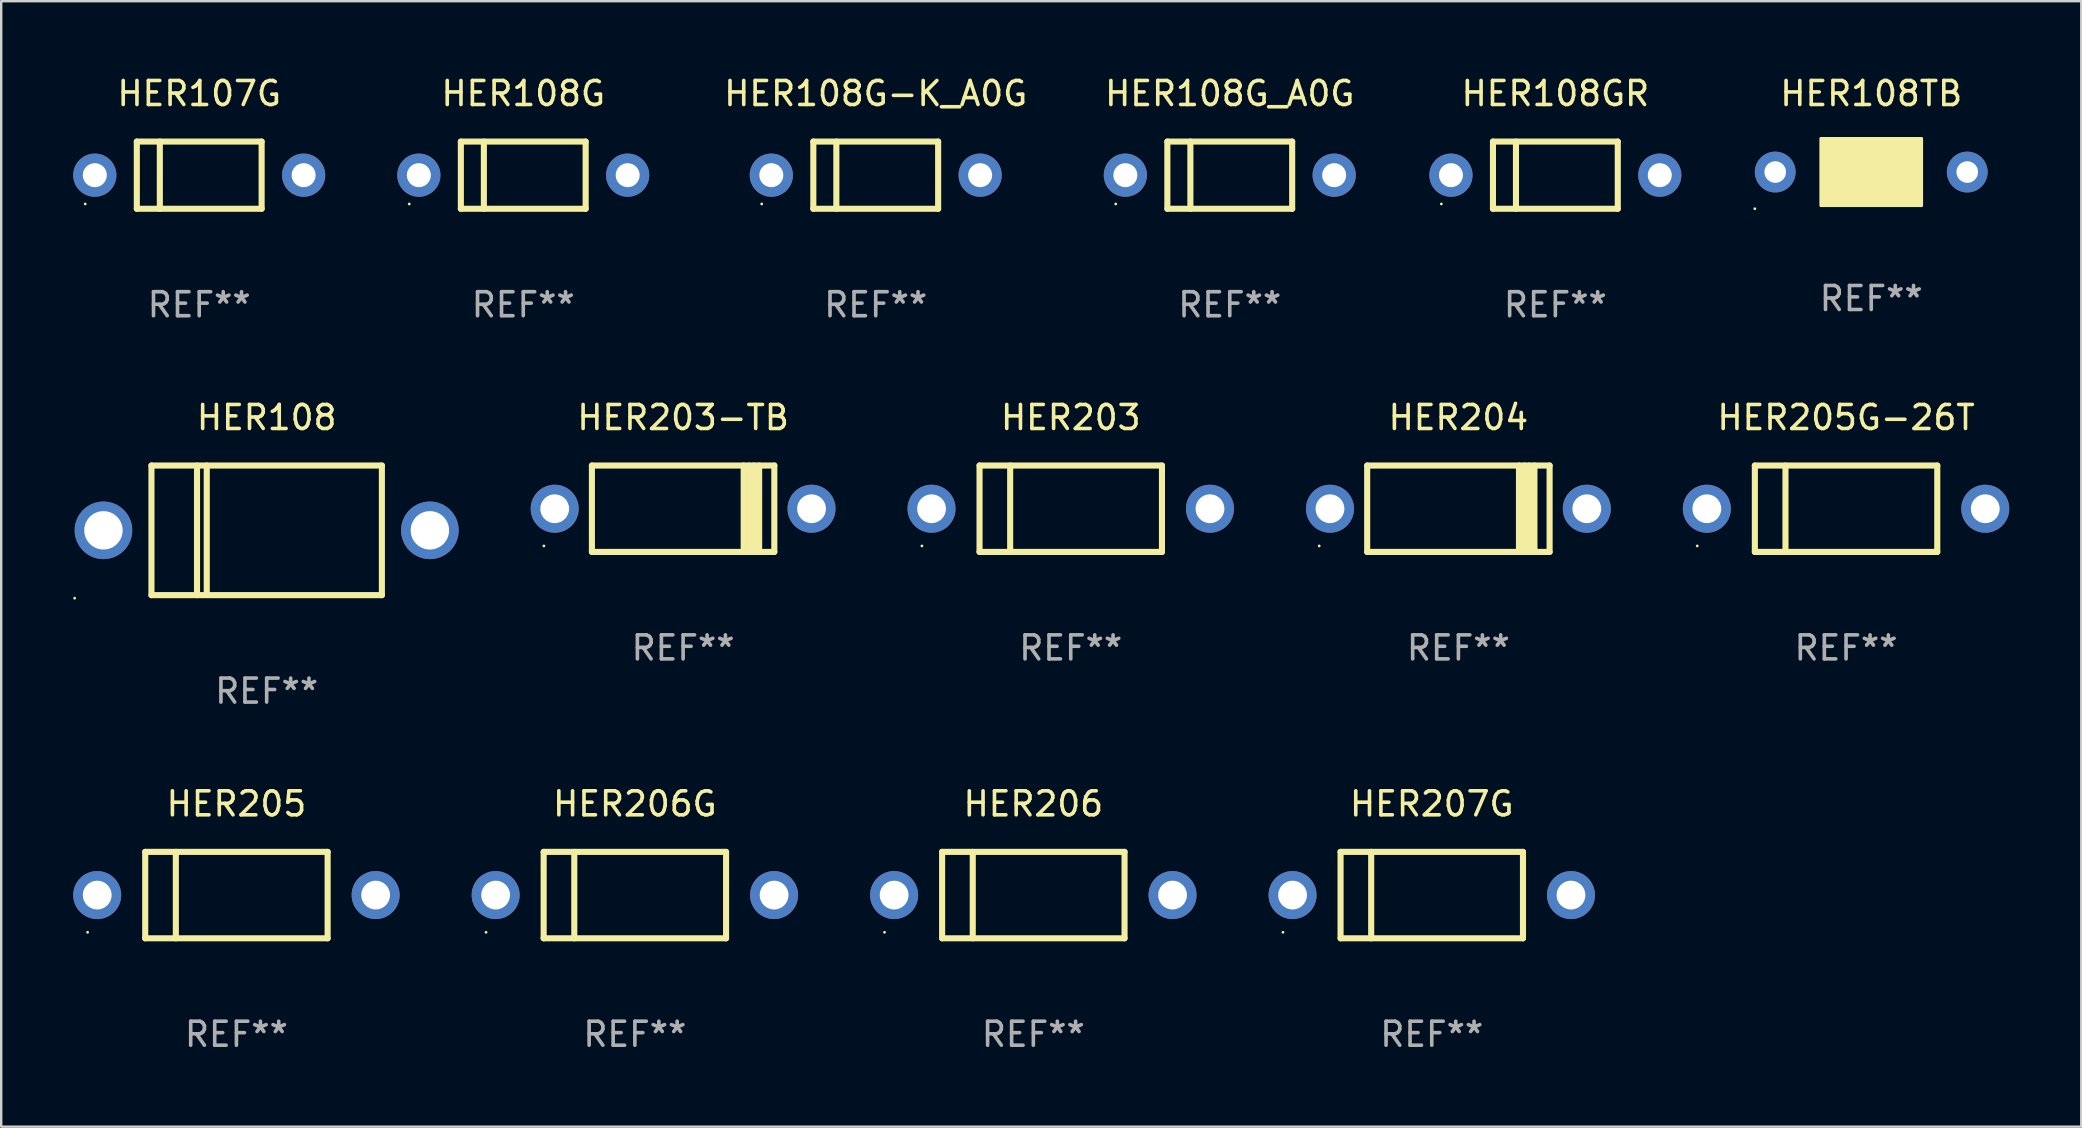
<source format=kicad_pcb>
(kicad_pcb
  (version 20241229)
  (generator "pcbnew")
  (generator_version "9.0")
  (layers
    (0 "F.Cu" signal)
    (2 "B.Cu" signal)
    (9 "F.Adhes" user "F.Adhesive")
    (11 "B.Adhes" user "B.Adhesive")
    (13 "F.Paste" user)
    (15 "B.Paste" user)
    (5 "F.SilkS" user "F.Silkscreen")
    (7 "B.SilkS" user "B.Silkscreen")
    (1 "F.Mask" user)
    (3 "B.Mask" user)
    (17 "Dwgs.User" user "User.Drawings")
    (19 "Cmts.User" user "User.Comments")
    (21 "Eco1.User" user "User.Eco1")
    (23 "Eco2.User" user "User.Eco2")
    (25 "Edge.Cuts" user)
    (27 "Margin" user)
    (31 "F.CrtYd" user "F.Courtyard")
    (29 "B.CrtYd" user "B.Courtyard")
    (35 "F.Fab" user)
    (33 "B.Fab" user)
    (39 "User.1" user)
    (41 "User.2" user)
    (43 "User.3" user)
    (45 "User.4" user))
  (footprint "HER204"
    (layer "F.Cu")
    (at 57.71 18.145)
    (property "Reference" "HER204" (at 0 -3.8 0) (layer "F.SilkS") (effects (font (size 1 1) (thickness 0.15))))
    (attr through_hole)
    (fp_line (start -3.8 1.8) (end -3.8 -1.8) (stroke (width 0.254) (type solid)) (layer "F.SilkS"))
    (fp_line (start 2.524 1.8) (end 2.524 -1.8) (stroke (width 0.254) (type solid)) (layer "F.SilkS"))
    (fp_line (start 2.75 1.8) (end 2.75 -1.8) (stroke (width 0.254) (type solid)) (layer "F.SilkS"))
    (fp_line (start 2.95 -1.8) (end 2.95 1.8) (stroke (width 0.254) (type solid)) (layer "F.SilkS"))
    (fp_line (start 3.168 -1.8) (end 3.168 1.8) (stroke (width 0.254) (type solid)) (layer "F.SilkS"))
    (fp_line (start 3.8 1.8) (end -3.8 1.8) (stroke (width 0.254) (type solid)) (layer "F.SilkS"))
    (fp_line (start 3.8 1.8) (end 3.8 -1.8) (stroke (width 0.254) (type solid)) (layer "F.SilkS"))
    (fp_line (start 3.8 -1.8) (end -3.8 -1.8) (stroke (width 0.254) (type solid)) (layer "F.SilkS"))
    (fp_circle (center -5.8 1.55) (end -5.77 1.55) (stroke (width 0.06) (type solid)) (fill no) (layer "F.SilkS"))
    (fp_text user "REF**" (at 0 5.8 0) (layer "F.Fab") (effects (font (size 1 1) (thickness 0.15))))
    (pad "1" thru_hole circle (at -5.35 0) (size 2 2) (drill 1.2) (layers "*.Cu" "*.Mask"))
    (pad "2" thru_hole circle (at 5.35 0) (size 2 2) (drill 1.2) (layers "*.Cu" "*.Mask")))
  (footprint "HER108G"
    (layer "F.Cu")
    (at 18.75 4.248)
    (property "Reference" "HER108G" (at 0 -3.4 0) (layer "F.SilkS") (effects (font (size 1 1) (thickness 0.15))))
    (attr through_hole)
    (fp_line (start -2.6 -1.4) (end -2.6 1.4) (stroke (width 0.254) (type solid)) (layer "F.SilkS"))
    (fp_line (start -2.6 -1.4) (end 2.6 -1.4) (stroke (width 0.254) (type solid)) (layer "F.SilkS"))
    (fp_line (start -2.6 1.4) (end 2.6 1.4) (stroke (width 0.254) (type solid)) (layer "F.SilkS"))
    (fp_line (start -1.641 -1.4) (end -1.641 1.4) (stroke (width 0.254) (type solid)) (layer "F.SilkS"))
    (fp_line (start 2.6 -1.4) (end 2.6 1.4) (stroke (width 0.254) (type solid)) (layer "F.SilkS"))
    (fp_circle (center -4.75 1.2) (end -4.72 1.2) (stroke (width 0.06) (type solid)) (fill no) (layer "F.SilkS"))
    (fp_text user "REF**" (at 0 5.4 0) (layer "F.Fab") (effects (font (size 1 1) (thickness 0.15))))
    (pad "1" thru_hole circle (at -4.35 0) (size 1.8 1.8) (drill 1) (layers "*.Cu" "*.Mask"))
    (pad "2" thru_hole circle (at 4.35 0) (size 1.8 1.8) (drill 1) (layers "*.Cu" "*.Mask")))
  (footprint "HER205G-26T"
    (layer "F.Cu")
    (at 73.861 18.145)
    (property "Reference" "HER205G-26T" (at 0 -3.8 0) (layer "F.SilkS") (effects (font (size 1 1) (thickness 0.15))))
    (attr through_hole)
    (fp_line (start -3.8 -1.8) (end -3.8 1.8) (stroke (width 0.254) (type solid)) (layer "F.SilkS"))
    (fp_line (start -3.8 -1.8) (end 3.8 -1.8) (stroke (width 0.254) (type solid)) (layer "F.SilkS"))
    (fp_line (start -3.8 1.8) (end 3.8 1.8) (stroke (width 0.254) (type solid)) (layer "F.SilkS"))
    (fp_line (start -2.524 -1.8) (end -2.524 1.8) (stroke (width 0.254) (type solid)) (layer "F.SilkS"))
    (fp_line (start 3.8 -1.8) (end 3.8 1.8) (stroke (width 0.254) (type solid)) (layer "F.SilkS"))
    (fp_circle (center -6.2 1.55) (end -6.17 1.55) (stroke (width 0.06) (type solid)) (fill no) (layer "F.SilkS"))
    (fp_text user "REF**" (at 0 5.8 0) (layer "F.Fab") (effects (font (size 1 1) (thickness 0.15))))
    (pad "1" thru_hole circle (at -5.8 0) (size 2 2) (drill 1.2) (layers "*.Cu" "*.Mask"))
    (pad "2" thru_hole circle (at 5.8 0) (size 2 2) (drill 1.2) (layers "*.Cu" "*.Mask")))
  (footprint "HER206G"
    (layer "F.Cu")
    (at 23.4 34.241)
    (property "Reference" "HER206G" (at 0 -3.8 0) (layer "F.SilkS") (effects (font (size 1 1) (thickness 0.15))))
    (attr through_hole)
    (fp_line (start -3.8 -1.8) (end -3.8 1.8) (stroke (width 0.254) (type solid)) (layer "F.SilkS"))
    (fp_line (start -3.8 -1.8) (end 3.8 -1.8) (stroke (width 0.254) (type solid)) (layer "F.SilkS"))
    (fp_line (start -3.8 1.8) (end 3.8 1.8) (stroke (width 0.254) (type solid)) (layer "F.SilkS"))
    (fp_line (start -2.524 -1.8) (end -2.524 1.8) (stroke (width 0.254) (type solid)) (layer "F.SilkS"))
    (fp_line (start 3.8 -1.8) (end 3.8 1.8) (stroke (width 0.254) (type solid)) (layer "F.SilkS"))
    (fp_circle (center -6.2 1.55) (end -6.17 1.55) (stroke (width 0.06) (type solid)) (fill no) (layer "F.SilkS"))
    (fp_text user "REF**" (at 0 5.8 0) (layer "F.Fab") (effects (font (size 1 1) (thickness 0.15))))
    (pad "1" thru_hole circle (at -5.8 0) (size 2 2) (drill 1.2) (layers "*.Cu" "*.Mask"))
    (pad "2" thru_hole circle (at 5.8 0) (size 2 2) (drill 1.2) (layers "*.Cu" "*.Mask")))
  (footprint "HER108"
    (layer "F.Cu")
    (at 8.06 19.045)
    (property "Reference" "HER108" (at 0 -4.7 0) (layer "F.SilkS") (effects (font (size 1 1) (thickness 0.15))))
    (attr through_hole)
    (fp_line (start -4.8 -2.7) (end -4.8 2.7) (stroke (width 0.254) (type solid)) (layer "F.SilkS"))
    (fp_line (start -4.8 -2.7) (end 4.8 -2.7) (stroke (width 0.254) (type solid)) (layer "F.SilkS"))
    (fp_line (start -2.902 -2.7) (end -2.902 2.7) (stroke (width 0.254) (type solid)) (layer "F.SilkS"))
    (fp_line (start -2.496 -2.7) (end -2.496 2.54) (stroke (width 0.254) (type solid)) (layer "F.SilkS"))
    (fp_line (start 4.8 -2.7) (end 4.8 2.7) (stroke (width 0.254) (type solid)) (layer "F.SilkS"))
    (fp_line (start 4.8 2.7) (end -4.8 2.7) (stroke (width 0.254) (type solid)) (layer "F.SilkS"))
    (fp_circle (center -8 2.827) (end -7.97 2.827) (stroke (width 0.06) (type solid)) (fill no) (layer "F.SilkS"))
    (fp_text user "REF**" (at 0 6.7 0) (layer "F.Fab") (effects (font (size 1 1) (thickness 0.15))))
    (pad "1" thru_hole circle (at -6.8 0) (size 2.4 2.4) (drill 1.6) (layers "*.Cu" "*.Mask"))
    (pad "2" thru_hole circle (at 6.8 0) (size 2.4 2.4) (drill 1.6) (layers "*.Cu" "*.Mask")))
  (footprint "HER108G-K_A0G"
    (layer "F.Cu")
    (at 33.435 4.248)
    (property "Reference" "HER108G-K_A0G" (at 0 -3.4 0) (layer "F.SilkS") (effects (font (size 1 1) (thickness 0.15))))
    (attr through_hole)
    (fp_line (start -2.6 -1.4) (end -2.6 1.4) (stroke (width 0.254) (type solid)) (layer "F.SilkS"))
    (fp_line (start -2.6 -1.4) (end 2.6 -1.4) (stroke (width 0.254) (type solid)) (layer "F.SilkS"))
    (fp_line (start -2.6 1.4) (end 2.6 1.4) (stroke (width 0.254) (type solid)) (layer "F.SilkS"))
    (fp_line (start -1.641 -1.4) (end -1.641 1.4) (stroke (width 0.254) (type solid)) (layer "F.SilkS"))
    (fp_line (start 2.6 -1.4) (end 2.6 1.4) (stroke (width 0.254) (type solid)) (layer "F.SilkS"))
    (fp_circle (center -4.75 1.2) (end -4.72 1.2) (stroke (width 0.06) (type solid)) (fill no) (layer "F.SilkS"))
    (fp_text user "REF**" (at 0 5.4 0) (layer "F.Fab") (effects (font (size 1 1) (thickness 0.15))))
    (pad "1" thru_hole circle (at -4.35 0) (size 1.8 1.8) (drill 1) (layers "*.Cu" "*.Mask"))
    (pad "2" thru_hole circle (at 4.35 0) (size 1.8 1.8) (drill 1) (layers "*.Cu" "*.Mask")))
  (footprint "HER107G"
    (layer "F.Cu")
    (at 5.25 4.248)
    (property "Reference" "HER107G" (at 0 -3.4 0) (layer "F.SilkS") (effects (font (size 1 1) (thickness 0.15))))
    (attr through_hole)
    (fp_line (start -2.6 -1.4) (end -2.6 1.4) (stroke (width 0.254) (type solid)) (layer "F.SilkS"))
    (fp_line (start -2.6 -1.4) (end 2.6 -1.4) (stroke (width 0.254) (type solid)) (layer "F.SilkS"))
    (fp_line (start -2.6 1.4) (end 2.6 1.4) (stroke (width 0.254) (type solid)) (layer "F.SilkS"))
    (fp_line (start -1.641 -1.4) (end -1.641 1.4) (stroke (width 0.254) (type solid)) (layer "F.SilkS"))
    (fp_line (start 2.6 -1.4) (end 2.6 1.4) (stroke (width 0.254) (type solid)) (layer "F.SilkS"))
    (fp_circle (center -4.75 1.2) (end -4.72 1.2) (stroke (width 0.06) (type solid)) (fill no) (layer "F.SilkS"))
    (fp_text user "REF**" (at 0 5.4 0) (layer "F.Fab") (effects (font (size 1 1) (thickness 0.15))))
    (pad "1" thru_hole circle (at -4.35 0) (size 1.8 1.8) (drill 1) (layers "*.Cu" "*.Mask"))
    (pad "2" thru_hole circle (at 4.35 0) (size 1.8 1.8) (drill 1) (layers "*.Cu" "*.Mask")))
  (footprint "HER205"
    (layer "F.Cu")
    (at 6.8 34.241)
    (property "Reference" "HER205" (at 0 -3.8 0) (layer "F.SilkS") (effects (font (size 1 1) (thickness 0.15))))
    (attr through_hole)
    (fp_line (start -3.8 -1.8) (end -3.8 1.8) (stroke (width 0.254) (type solid)) (layer "F.SilkS"))
    (fp_line (start -3.8 -1.8) (end 3.8 -1.8) (stroke (width 0.254) (type solid)) (layer "F.SilkS"))
    (fp_line (start -3.8 1.8) (end 3.8 1.8) (stroke (width 0.254) (type solid)) (layer "F.SilkS"))
    (fp_line (start -2.524 -1.8) (end -2.524 1.8) (stroke (width 0.254) (type solid)) (layer "F.SilkS"))
    (fp_line (start 3.8 -1.8) (end 3.8 1.8) (stroke (width 0.254) (type solid)) (layer "F.SilkS"))
    (fp_circle (center -6.2 1.55) (end -6.17 1.55) (stroke (width 0.06) (type solid)) (fill no) (layer "F.SilkS"))
    (fp_text user "REF**" (at 0 5.8 0) (layer "F.Fab") (effects (font (size 1 1) (thickness 0.15))))
    (pad "1" thru_hole circle (at -5.8 0) (size 2 2) (drill 1.2) (layers "*.Cu" "*.Mask"))
    (pad "2" thru_hole circle (at 5.8 0) (size 2 2) (drill 1.2) (layers "*.Cu" "*.Mask")))
  (footprint "HER207G"
    (layer "F.Cu")
    (at 56.601 34.241)
    (property "Reference" "HER207G" (at 0 -3.8 0) (layer "F.SilkS") (effects (font (size 1 1) (thickness 0.15))))
    (attr through_hole)
    (fp_line (start -3.8 -1.8) (end -3.8 1.8) (stroke (width 0.254) (type solid)) (layer "F.SilkS"))
    (fp_line (start -3.8 -1.8) (end 3.8 -1.8) (stroke (width 0.254) (type solid)) (layer "F.SilkS"))
    (fp_line (start -3.8 1.8) (end 3.8 1.8) (stroke (width 0.254) (type solid)) (layer "F.SilkS"))
    (fp_line (start -2.524 -1.8) (end -2.524 1.8) (stroke (width 0.254) (type solid)) (layer "F.SilkS"))
    (fp_line (start 3.8 -1.8) (end 3.8 1.8) (stroke (width 0.254) (type solid)) (layer "F.SilkS"))
    (fp_circle (center -6.2 1.55) (end -6.17 1.55) (stroke (width 0.06) (type solid)) (fill no) (layer "F.SilkS"))
    (fp_text user "REF**" (at 0 5.8 0) (layer "F.Fab") (effects (font (size 1 1) (thickness 0.15))))
    (pad "1" thru_hole circle (at -5.8 0) (size 2 2) (drill 1.2) (layers "*.Cu" "*.Mask"))
    (pad "2" thru_hole circle (at 5.8 0) (size 2 2) (drill 1.2) (layers "*.Cu" "*.Mask")))
  (footprint "HER108TB"
    (layer "F.Cu")
    (at 74.91 4.118)
    (property "Reference" "HER108TB" (at 0 -3.27 0) (layer "F.SilkS") (effects (font (size 1 1) (thickness 0.15))))
    (attr through_hole)
    (fp_line (start 1.27 -1.27) (end 1.27 1.27) (stroke (width 0.229) (type solid)) (layer "F.SilkS"))
    (fp_circle (center -4.85 1.527) (end -4.82 1.527) (stroke (width 0.06) (type solid)) (fill no) (layer "F.SilkS"))
    (fp_poly (pts (xy -2.1 -1.4) (xy 2.1 -1.4) (xy 2.1 1.4) (xy -2.1 1.4)) (stroke (width 0.12) (type solid)) (fill yes) (layer "F.SilkS"))
    (fp_text user "REF**" (at 0 5.27 0) (layer "F.Fab") (effects (font (size 1 1) (thickness 0.15))))
    (pad "1" thru_hole circle (at -4 0) (size 1.7 1.7) (drill 0.9) (layers "*.Cu" "*.Mask"))
    (pad "2" thru_hole circle (at 4 0) (size 1.7 1.7) (drill 0.9) (layers "*.Cu" "*.Mask")))
  (footprint "HER108GR"
    (layer "F.Cu")
    (at 61.75 4.248)
    (property "Reference" "HER108GR" (at 0 -3.4 0) (layer "F.SilkS") (effects (font (size 1 1) (thickness 0.15))))
    (attr through_hole)
    (fp_line (start -2.6 -1.4) (end -2.6 1.4) (stroke (width 0.254) (type solid)) (layer "F.SilkS"))
    (fp_line (start -2.6 -1.4) (end 2.6 -1.4) (stroke (width 0.254) (type solid)) (layer "F.SilkS"))
    (fp_line (start -2.6 1.4) (end 2.6 1.4) (stroke (width 0.254) (type solid)) (layer "F.SilkS"))
    (fp_line (start -1.641 -1.4) (end -1.641 1.4) (stroke (width 0.254) (type solid)) (layer "F.SilkS"))
    (fp_line (start 2.6 -1.4) (end 2.6 1.4) (stroke (width 0.254) (type solid)) (layer "F.SilkS"))
    (fp_circle (center -4.75 1.2) (end -4.72 1.2) (stroke (width 0.06) (type solid)) (fill no) (layer "F.SilkS"))
    (fp_text user "REF**" (at 0 5.4 0) (layer "F.Fab") (effects (font (size 1 1) (thickness 0.15))))
    (pad "1" thru_hole circle (at -4.35 0) (size 1.8 1.8) (drill 1) (layers "*.Cu" "*.Mask"))
    (pad "2" thru_hole circle (at 4.35 0) (size 1.8 1.8) (drill 1) (layers "*.Cu" "*.Mask")))
  (footprint "HER203"
    (layer "F.Cu")
    (at 41.56 18.145)
    (property "Reference" "HER203" (at 0 -3.8 0) (layer "F.SilkS") (effects (font (size 1 1) (thickness 0.15))))
    (attr through_hole)
    (fp_line (start -3.8 -1.8) (end -3.8 1.8) (stroke (width 0.254) (type solid)) (layer "F.SilkS"))
    (fp_line (start -3.8 -1.8) (end 3.8 -1.8) (stroke (width 0.254) (type solid)) (layer "F.SilkS"))
    (fp_line (start -3.8 1.8) (end 3.8 1.8) (stroke (width 0.254) (type solid)) (layer "F.SilkS"))
    (fp_line (start -2.524 -1.8) (end -2.524 1.8) (stroke (width 0.254) (type solid)) (layer "F.SilkS"))
    (fp_line (start 3.8 -1.8) (end 3.8 1.8) (stroke (width 0.254) (type solid)) (layer "F.SilkS"))
    (fp_circle (center -6.2 1.55) (end -6.17 1.55) (stroke (width 0.06) (type solid)) (fill no) (layer "F.SilkS"))
    (fp_text user "REF**" (at 0 5.8 0) (layer "F.Fab") (effects (font (size 1 1) (thickness 0.15))))
    (pad "1" thru_hole circle (at -5.8 0) (size 2 2) (drill 1.2) (layers "*.Cu" "*.Mask"))
    (pad "2" thru_hole circle (at 5.8 0) (size 2 2) (drill 1.2) (layers "*.Cu" "*.Mask")))
  (footprint "HER206"
    (layer "F.Cu")
    (at 40.001 34.241)
    (property "Reference" "HER206" (at 0 -3.8 0) (layer "F.SilkS") (effects (font (size 1 1) (thickness 0.15))))
    (attr through_hole)
    (fp_line (start -3.8 -1.8) (end -3.8 1.8) (stroke (width 0.254) (type solid)) (layer "F.SilkS"))
    (fp_line (start -3.8 -1.8) (end 3.8 -1.8) (stroke (width 0.254) (type solid)) (layer "F.SilkS"))
    (fp_line (start -3.8 1.8) (end 3.8 1.8) (stroke (width 0.254) (type solid)) (layer "F.SilkS"))
    (fp_line (start -2.524 -1.8) (end -2.524 1.8) (stroke (width 0.254) (type solid)) (layer "F.SilkS"))
    (fp_line (start 3.8 -1.8) (end 3.8 1.8) (stroke (width 0.254) (type solid)) (layer "F.SilkS"))
    (fp_circle (center -6.2 1.55) (end -6.17 1.55) (stroke (width 0.06) (type solid)) (fill no) (layer "F.SilkS"))
    (fp_text user "REF**" (at 0 5.8 0) (layer "F.Fab") (effects (font (size 1 1) (thickness 0.15))))
    (pad "1" thru_hole circle (at -5.8 0) (size 2 2) (drill 1.2) (layers "*.Cu" "*.Mask"))
    (pad "2" thru_hole circle (at 5.8 0) (size 2 2) (drill 1.2) (layers "*.Cu" "*.Mask")))
  (footprint "HER203-TB"
    (layer "F.Cu")
    (at 25.41 18.145)
    (property "Reference" "HER203-TB" (at 0 -3.8 0) (layer "F.SilkS") (effects (font (size 1 1) (thickness 0.15))))
    (attr through_hole)
    (fp_line (start -3.8 1.8) (end -3.8 -1.8) (stroke (width 0.254) (type solid)) (layer "F.SilkS"))
    (fp_line (start 2.524 1.8) (end 2.524 -1.8) (stroke (width 0.254) (type solid)) (layer "F.SilkS"))
    (fp_line (start 2.75 1.8) (end 2.75 -1.8) (stroke (width 0.254) (type solid)) (layer "F.SilkS"))
    (fp_line (start 2.95 -1.8) (end 2.95 1.8) (stroke (width 0.254) (type solid)) (layer "F.SilkS"))
    (fp_line (start 3.168 -1.8) (end 3.168 1.8) (stroke (width 0.254) (type solid)) (layer "F.SilkS"))
    (fp_line (start 3.8 1.8) (end -3.8 1.8) (stroke (width 0.254) (type solid)) (layer "F.SilkS"))
    (fp_line (start 3.8 1.8) (end 3.8 -1.8) (stroke (width 0.254) (type solid)) (layer "F.SilkS"))
    (fp_line (start 3.8 -1.8) (end -3.8 -1.8) (stroke (width 0.254) (type solid)) (layer "F.SilkS"))
    (fp_circle (center -5.8 1.55) (end -5.77 1.55) (stroke (width 0.06) (type solid)) (fill no) (layer "F.SilkS"))
    (fp_text user "REF**" (at 0 5.8 0) (layer "F.Fab") (effects (font (size 1 1) (thickness 0.15))))
    (pad "1" thru_hole circle (at -5.35 0) (size 2 2) (drill 1.2) (layers "*.Cu" "*.Mask"))
    (pad "2" thru_hole circle (at 5.35 0) (size 2 2) (drill 1.2) (layers "*.Cu" "*.Mask")))
  (footprint "HER108G_A0G"
    (layer "F.Cu")
    (at 48.185 4.248)
    (property "Reference" "HER108G_A0G" (at 0 -3.4 0) (layer "F.SilkS") (effects (font (size 1 1) (thickness 0.15))))
    (attr through_hole)
    (fp_line (start -2.6 -1.4) (end -2.6 1.4) (stroke (width 0.254) (type solid)) (layer "F.SilkS"))
    (fp_line (start -2.6 -1.4) (end 2.6 -1.4) (stroke (width 0.254) (type solid)) (layer "F.SilkS"))
    (fp_line (start -2.6 1.4) (end 2.6 1.4) (stroke (width 0.254) (type solid)) (layer "F.SilkS"))
    (fp_line (start -1.641 -1.4) (end -1.641 1.4) (stroke (width 0.254) (type solid)) (layer "F.SilkS"))
    (fp_line (start 2.6 -1.4) (end 2.6 1.4) (stroke (width 0.254) (type solid)) (layer "F.SilkS"))
    (fp_circle (center -4.75 1.2) (end -4.72 1.2) (stroke (width 0.06) (type solid)) (fill no) (layer "F.SilkS"))
    (fp_text user "REF**" (at 0 5.4 0) (layer "F.Fab") (effects (font (size 1 1) (thickness 0.15))))
    (pad "1" thru_hole circle (at -4.35 0) (size 1.8 1.8) (drill 1) (layers "*.Cu" "*.Mask"))
    (pad "2" thru_hole circle (at 4.35 0) (size 1.8 1.8) (drill 1) (layers "*.Cu" "*.Mask")))
  (gr_rect
    (start -3 -3)
    (end 83.661 43.889)
    (stroke (width 0.1) (type default))
    (fill no)
    (layer "Edge.Cuts")))
</source>
